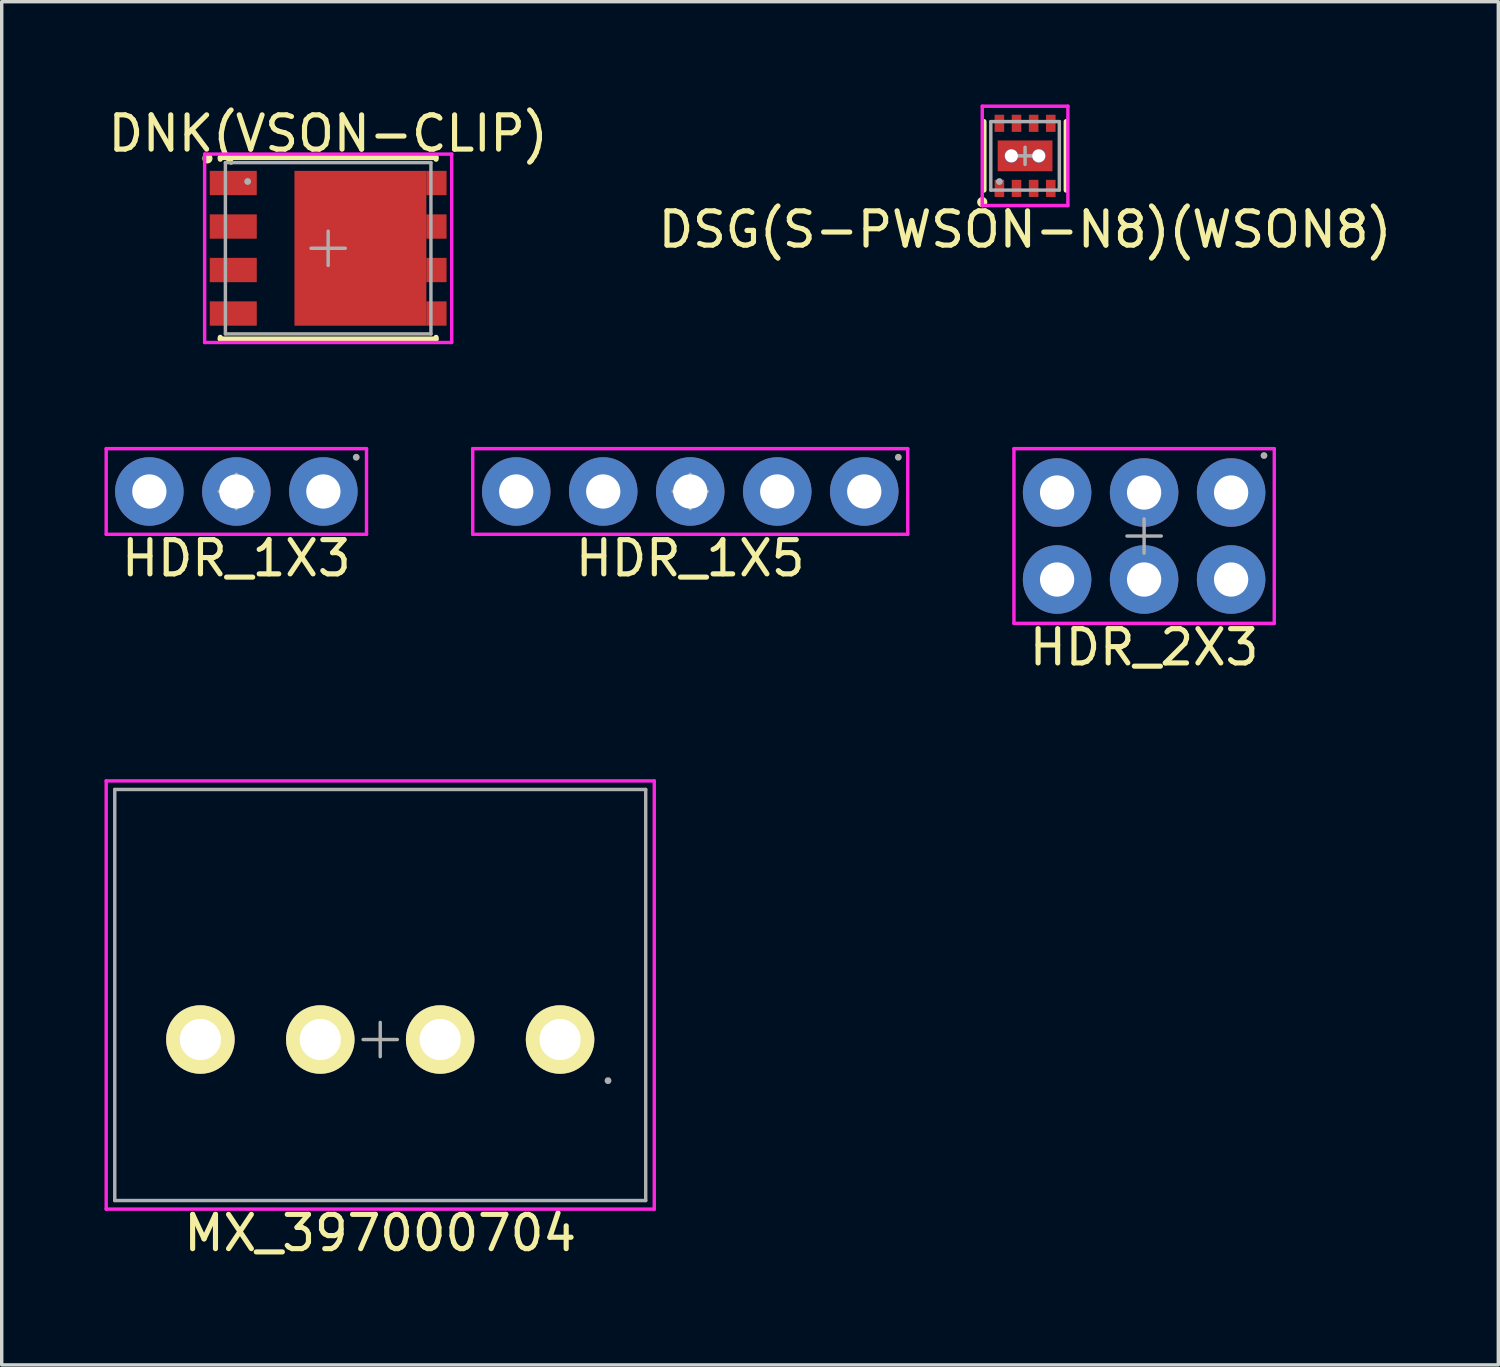
<source format=kicad_pcb>
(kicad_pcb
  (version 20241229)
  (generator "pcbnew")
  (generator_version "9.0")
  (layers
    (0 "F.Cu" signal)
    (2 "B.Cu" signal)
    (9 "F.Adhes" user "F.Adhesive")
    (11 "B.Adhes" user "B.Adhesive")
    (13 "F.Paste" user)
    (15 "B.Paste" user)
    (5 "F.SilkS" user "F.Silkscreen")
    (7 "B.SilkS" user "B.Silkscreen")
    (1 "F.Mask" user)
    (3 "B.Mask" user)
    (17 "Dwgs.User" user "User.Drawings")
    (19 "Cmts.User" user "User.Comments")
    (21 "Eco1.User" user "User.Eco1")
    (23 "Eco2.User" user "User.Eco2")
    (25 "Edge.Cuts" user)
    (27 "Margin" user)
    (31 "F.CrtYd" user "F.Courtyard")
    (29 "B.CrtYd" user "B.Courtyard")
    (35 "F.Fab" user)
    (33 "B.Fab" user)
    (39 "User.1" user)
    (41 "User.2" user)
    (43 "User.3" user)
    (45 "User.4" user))
  (footprint "HDR_1X3"
    (layer "F.Cu")
    (at 3.85 11.298)
    (property "Reference" "HDR_1X3" (at 0 1.95 0) (layer "F.SilkS") (effects (font (size 1 1) (thickness 0.15))))
    (attr through_hole)
    (fp_line (start -3.8 -1.25) (end 3.8 -1.25) (stroke (width 0.1) (type solid)) (layer "F.CrtYd"))
    (fp_line (start -3.8 1.25) (end -3.8 -1.25) (stroke (width 0.1) (type solid)) (layer "F.CrtYd"))
    (fp_line (start 3.8 -1.25) (end 3.8 1.25) (stroke (width 0.1) (type solid)) (layer "F.CrtYd"))
    (fp_line (start 3.8 1.25) (end -3.8 1.25) (stroke (width 0.1) (type solid)) (layer "F.CrtYd"))
    (fp_line (start -0.5 0) (end 0.5 0) (stroke (width 0.1) (type solid)) (layer "F.Fab"))
    (fp_line (start 0 -0.5) (end 0 0.5) (stroke (width 0.1) (type solid)) (layer "F.Fab"))
    (fp_circle (center 3.5 -1) (end 3.5 -1.05) (stroke (width 0.1) (type solid)) (fill no) (layer "F.Fab"))
    (pad "1" thru_hole circle (at 2.54 0) (size 2 2) (drill 1) (layers "*.Cu" "*.Mask"))
    (pad "2" thru_hole circle (at 0 0) (size 2 2) (drill 1) (layers "*.Cu" "*.Mask"))
    (pad "3" thru_hole circle (at -2.54 0) (size 2 2) (drill 1) (layers "*.Cu" "*.Mask")))
  (footprint "MX_397000704"
    (layer "F.Cu")
    (at 8.05 27.297)
    (property "Reference" "MX_397000704" (at 0 5.65 0) (layer "F.SilkS") (effects (font (size 1 1) (thickness 0.15))))
    (attr through_hole)
    (fp_line (start -8 -7.55) (end 8 -7.55) (stroke (width 0.1) (type solid)) (layer "F.CrtYd"))
    (fp_line (start -8 4.95) (end -8 -7.55) (stroke (width 0.1) (type solid)) (layer "F.CrtYd"))
    (fp_line (start 8 -7.55) (end 8 4.95) (stroke (width 0.1) (type solid)) (layer "F.CrtYd"))
    (fp_line (start 8 4.95) (end -8 4.95) (stroke (width 0.1) (type solid)) (layer "F.CrtYd"))
    (fp_line (start -7.75 -7.3) (end -7.75 4.7) (stroke (width 0.1) (type solid)) (layer "F.Fab"))
    (fp_line (start -7.75 -7.3) (end 7.75 -7.3) (stroke (width 0.1) (type solid)) (layer "F.Fab"))
    (fp_line (start -7.75 4.7) (end 7.75 4.7) (stroke (width 0.1) (type solid)) (layer "F.Fab"))
    (fp_line (start -0.5 0) (end 0.5 0) (stroke (width 0.1) (type solid)) (layer "F.Fab"))
    (fp_line (start 0 0.5) (end 0 -0.5) (stroke (width 0.1) (type solid)) (layer "F.Fab"))
    (fp_line (start 7.75 -7.3) (end 7.75 4.7) (stroke (width 0.1) (type solid)) (layer "F.Fab"))
    (fp_circle (center 6.65 1.2) (end 6.7 1.2) (stroke (width 0.1) (type solid)) (fill no) (layer "F.Fab"))
    (pad "1" thru_hole circle (at 5.25 0) (size 2 2) (drill 1.2) (layers "*.Cu" "*.Mask" "F.SilkS"))
    (pad "2" thru_hole circle (at 1.75 0) (size 2 2) (drill 1.2) (layers "*.Cu" "*.Mask" "F.SilkS"))
    (pad "3" thru_hole circle (at -1.75 0) (size 2 2) (drill 1.2) (layers "*.Cu" "*.Mask" "F.SilkS"))
    (pad "4" thru_hole circle (at -5.25 0) (size 2 2) (drill 1.2) (layers "*.Cu" "*.Mask" "F.SilkS")))
  (footprint "DSG(S-PWSON-N8)(WSON8)"
    (layer "F.Cu")
    (at 26.875 1.5)
    (property "Reference" "DSG(S-PWSON-N8)(WSON8)" (at 0 2.15 0) (layer "F.SilkS") (effects (font (size 1 1) (thickness 0.15))))
    (attr through_hole)
    (fp_line (start -1.2 -1) (end -1.2 1) (stroke (width 0.15) (type solid)) (layer "F.SilkS"))
    (fp_line (start 1.2 -1) (end 1.2 1) (stroke (width 0.15) (type solid)) (layer "F.SilkS"))
    (fp_circle (center -1.25 1.35) (end -1.25 1.275) (stroke (width 0.15) (type solid)) (fill no) (layer "F.SilkS"))
    (fp_line (start -1.25 -1.45) (end 1.25 -1.45) (stroke (width 0.1) (type solid)) (layer "F.CrtYd"))
    (fp_line (start -1.25 1.45) (end -1.25 -1.45) (stroke (width 0.1) (type solid)) (layer "F.CrtYd"))
    (fp_line (start 1.25 -1.45) (end 1.25 1.45) (stroke (width 0.1) (type solid)) (layer "F.CrtYd"))
    (fp_line (start 1.25 1.45) (end -1.25 1.45) (stroke (width 0.1) (type solid)) (layer "F.CrtYd"))
    (fp_line (start -1 -1) (end 1 -1) (stroke (width 0.1) (type solid)) (layer "F.Fab"))
    (fp_line (start -1 1) (end -1 -1) (stroke (width 0.1) (type solid)) (layer "F.Fab"))
    (fp_line (start 0 -0.25) (end 0 0.25) (stroke (width 0.1) (type solid)) (layer "F.Fab"))
    (fp_line (start 0.25 0) (end -0.25 0) (stroke (width 0.1) (type solid)) (layer "F.Fab"))
    (fp_line (start 1 -1) (end 1 1) (stroke (width 0.1) (type solid)) (layer "F.Fab"))
    (fp_line (start 1 1) (end -1 1) (stroke (width 0.1) (type solid)) (layer "F.Fab"))
    (fp_circle (center -0.75 0.75) (end -0.75 0.7) (stroke (width 0.1) (type solid)) (fill no) (layer "F.Fab"))
    (pad "1" smd rect (at -0.75 0.95) (size 0.28 0.5) (layers "F.Cu" "F.Mask" "F.Paste"))
    (pad "2" smd rect (at -0.25 0.95) (size 0.28 0.5) (layers "F.Cu" "F.Mask" "F.Paste"))
    (pad "3" smd rect (at 0.25 0.95) (size 0.28 0.5) (layers "F.Cu" "F.Mask" "F.Paste"))
    (pad "4" smd rect (at 0.75 0.95) (size 0.28 0.5) (layers "F.Cu" "F.Mask" "F.Paste"))
    (pad "5" smd rect (at 0.75 -0.95) (size 0.28 0.5) (layers "F.Cu" "F.Mask" "F.Paste"))
    (pad "6" smd rect (at 0.25 -0.95) (size 0.28 0.5) (layers "F.Cu" "F.Mask" "F.Paste"))
    (pad "7" smd rect (at -0.25 -0.95) (size 0.28 0.5) (layers "F.Cu" "F.Mask" "F.Paste"))
    (pad "8" smd rect (at -0.75 -0.95) (size 0.28 0.5) (layers "F.Cu" "F.Mask" "F.Paste"))
    (pad "9" thru_hole circle (at -0.4 0) (size 0.4 0.4) (drill 0.381) (layers "*.Cu"))
    (pad "9" smd rect (at 0 0) (size 1.6 0.9) (layers "F.Cu" "F.Mask" "F.Paste"))
    (pad "9" thru_hole circle (at 0.4 0) (size 0.4 0.4) (drill 0.381) (layers "*.Cu")))
  (footprint "HDR_2X3"
    (layer "F.Cu")
    (at 30.35 12.598)
    (property "Reference" "HDR_2X3" (at 0 3.25 0) (layer "F.SilkS") (effects (font (size 1 1) (thickness 0.15))))
    (attr through_hole)
    (fp_line (start -3.8 -2.55) (end 3.8 -2.55) (stroke (width 0.1) (type solid)) (layer "F.CrtYd"))
    (fp_line (start -3.8 2.55) (end -3.8 -2.55) (stroke (width 0.1) (type solid)) (layer "F.CrtYd"))
    (fp_line (start 3.8 -2.55) (end 3.8 2.55) (stroke (width 0.1) (type solid)) (layer "F.CrtYd"))
    (fp_line (start 3.8 2.55) (end -3.8 2.55) (stroke (width 0.1) (type solid)) (layer "F.CrtYd"))
    (fp_line (start 0 -0.5) (end 0 0.5) (stroke (width 0.1) (type solid)) (layer "F.Fab"))
    (fp_line (start 0.5 0) (end -0.5 0) (stroke (width 0.1) (type solid)) (layer "F.Fab"))
    (fp_circle (center 3.5 -2.35) (end 3.5 -2.3) (stroke (width 0.1) (type solid)) (fill no) (layer "F.Fab"))
    (pad "1" thru_hole circle (at 2.54 -1.27) (size 2 2) (drill 1) (layers "*.Cu" "*.Mask"))
    (pad "2" thru_hole circle (at 2.54 1.27) (size 2 2) (drill 1) (layers "*.Cu" "*.Mask"))
    (pad "3" thru_hole circle (at 0 -1.27) (size 2 2) (drill 1) (layers "*.Cu" "*.Mask"))
    (pad "4" thru_hole circle (at 0 1.27) (size 2 2) (drill 1) (layers "*.Cu" "*.Mask"))
    (pad "5" thru_hole circle (at -2.54 -1.27) (size 2 2) (drill 1) (layers "*.Cu" "*.Mask"))
    (pad "6" thru_hole circle (at -2.54 1.27) (size 2 2) (drill 1) (layers "*.Cu" "*.Mask")))
  (footprint "DNK(VSON-CLIP)"
    (layer "F.Cu")
    (at 6.53 4.198)
    (property "Reference" "DNK(VSON-CLIP)" (at 0 -3.35 0) (layer "F.SilkS") (effects (font (size 1 1) (thickness 0.15))))
    (attr through_hole)
    (fp_line (start -3.15 -2.65) (end 3.15 -2.65) (stroke (width 0.15) (type solid)) (layer "F.SilkS"))
    (fp_line (start -3.15 -2.6) (end -3.15 -2.65) (stroke (width 0.15) (type solid)) (layer "F.SilkS"))
    (fp_line (start -3.15 2.65) (end -3.15 2.6) (stroke (width 0.15) (type solid)) (layer "F.SilkS"))
    (fp_line (start 3.15 -2.65) (end 3.15 -2.6) (stroke (width 0.15) (type solid)) (layer "F.SilkS"))
    (fp_line (start 3.15 2.6) (end 3.15 2.65) (stroke (width 0.15) (type solid)) (layer "F.SilkS"))
    (fp_line (start 3.15 2.65) (end -3.15 2.65) (stroke (width 0.15) (type solid)) (layer "F.SilkS"))
    (fp_circle (center -3.525 -2.625) (end -3.6 -2.625) (stroke (width 0.15) (type solid)) (fill no) (layer "F.SilkS"))
    (fp_line (start -3.606 2.75) (end -3.606 -2.75) (stroke (width 0.1) (type solid)) (layer "F.CrtYd"))
    (fp_line (start 3.606 -2.75) (end -3.606 -2.75) (stroke (width 0.1) (type solid)) (layer "F.CrtYd"))
    (fp_line (start 3.606 -2.75) (end 3.606 2.75) (stroke (width 0.1) (type solid)) (layer "F.CrtYd"))
    (fp_line (start 3.606 2.75) (end -3.606 2.75) (stroke (width 0.1) (type solid)) (layer "F.CrtYd"))
    (fp_line (start -3 -2.5) (end 3 -2.5) (stroke (width 0.1) (type solid)) (layer "F.Fab"))
    (fp_line (start -3 2.5) (end -3 -2.5) (stroke (width 0.1) (type solid)) (layer "F.Fab"))
    (fp_line (start -0.5 0) (end 0.5 0) (stroke (width 0.1) (type solid)) (layer "F.Fab"))
    (fp_line (start 0 0.5) (end 0 -0.5) (stroke (width 0.1) (type solid)) (layer "F.Fab"))
    (fp_line (start 3 -2.5) (end 3 2.5) (stroke (width 0.1) (type solid)) (layer "F.Fab"))
    (fp_line (start 3 2.5) (end -3 2.5) (stroke (width 0.1) (type solid)) (layer "F.Fab"))
    (fp_circle (center -2.35 -1.95) (end -2.35 -1.9) (stroke (width 0.1) (type solid)) (fill no) (layer "F.Fab"))
    (pad "" smd rect (at 0.941 0 180) (size 3.85 4.52) (layers "F.Cu" "F.Mask" "F.Paste"))
    (pad "1" smd rect (at -2.77 -1.905 180) (size 1.372 0.71) (layers "F.Cu" "F.Mask" "F.Paste"))
    (pad "2" smd rect (at -2.77 -0.635 180) (size 1.372 0.71) (layers "F.Cu" "F.Mask" "F.Paste"))
    (pad "3" smd rect (at -2.77 0.635 180) (size 1.372 0.71) (layers "F.Cu" "F.Mask" "F.Paste"))
    (pad "4" smd rect (at -2.77 1.905 180) (size 1.372 0.71) (layers "F.Cu" "F.Mask" "F.Paste"))
    (pad "5" smd rect (at 3.161 1.905 180) (size 0.59 0.71) (layers "F.Cu" "F.Mask" "F.Paste"))
    (pad "6" smd rect (at 3.161 0.635 180) (size 0.59 0.71) (layers "F.Cu" "F.Mask" "F.Paste"))
    (pad "7" smd rect (at 3.161 -0.635 180) (size 0.59 0.71) (layers "F.Cu" "F.Mask" "F.Paste"))
    (pad "8" smd rect (at 3.161 -1.905 180) (size 0.59 0.71) (layers "F.Cu" "F.Mask" "F.Paste")))
  (footprint "HDR_1X5"
    (layer "F.Cu")
    (at 17.1 11.298)
    (property "Reference" "HDR_1X5" (at 0 1.95 0) (layer "F.SilkS") (effects (font (size 1 1) (thickness 0.15))))
    (attr through_hole)
    (fp_line (start -6.35 -1.25) (end 6.35 -1.25) (stroke (width 0.1) (type solid)) (layer "F.CrtYd"))
    (fp_line (start -6.35 1.25) (end -6.35 -1.25) (stroke (width 0.1) (type solid)) (layer "F.CrtYd"))
    (fp_line (start 6.35 -1.25) (end 6.35 1.25) (stroke (width 0.1) (type solid)) (layer "F.CrtYd"))
    (fp_line (start 6.35 1.25) (end -6.35 1.25) (stroke (width 0.1) (type solid)) (layer "F.CrtYd"))
    (fp_line (start -0.5 0) (end 0.5 0) (stroke (width 0.1) (type solid)) (layer "F.Fab"))
    (fp_line (start 0 -0.5) (end 0 0.5) (stroke (width 0.1) (type solid)) (layer "F.Fab"))
    (fp_circle (center 6.075 -1) (end 6.075 -1.05) (stroke (width 0.1) (type solid)) (fill no) (layer "F.Fab"))
    (pad "1" thru_hole circle (at 5.08 0) (size 2 2) (drill 1) (layers "*.Cu" "*.Mask"))
    (pad "2" thru_hole circle (at 2.54 0) (size 2 2) (drill 1) (layers "*.Cu" "*.Mask"))
    (pad "3" thru_hole circle (at 0 0) (size 2 2) (drill 1) (layers "*.Cu" "*.Mask"))
    (pad "4" thru_hole circle (at -2.54 0) (size 2 2) (drill 1) (layers "*.Cu" "*.Mask"))
    (pad "5" thru_hole circle (at -5.08 0) (size 2 2) (drill 1) (layers "*.Cu" "*.Mask")))
  (gr_rect
    (start -3 -3)
    (end 40.69 36.795)
    (stroke (width 0.1) (type default))
    (fill no)
    (layer "Edge.Cuts")))
</source>
